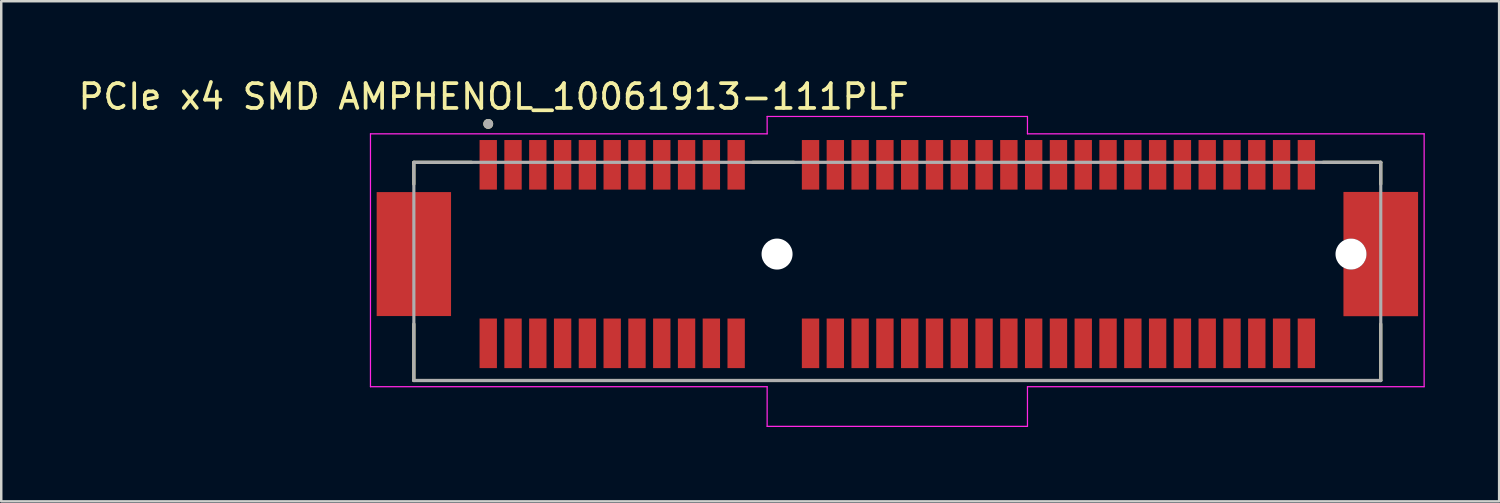
<source format=kicad_pcb>
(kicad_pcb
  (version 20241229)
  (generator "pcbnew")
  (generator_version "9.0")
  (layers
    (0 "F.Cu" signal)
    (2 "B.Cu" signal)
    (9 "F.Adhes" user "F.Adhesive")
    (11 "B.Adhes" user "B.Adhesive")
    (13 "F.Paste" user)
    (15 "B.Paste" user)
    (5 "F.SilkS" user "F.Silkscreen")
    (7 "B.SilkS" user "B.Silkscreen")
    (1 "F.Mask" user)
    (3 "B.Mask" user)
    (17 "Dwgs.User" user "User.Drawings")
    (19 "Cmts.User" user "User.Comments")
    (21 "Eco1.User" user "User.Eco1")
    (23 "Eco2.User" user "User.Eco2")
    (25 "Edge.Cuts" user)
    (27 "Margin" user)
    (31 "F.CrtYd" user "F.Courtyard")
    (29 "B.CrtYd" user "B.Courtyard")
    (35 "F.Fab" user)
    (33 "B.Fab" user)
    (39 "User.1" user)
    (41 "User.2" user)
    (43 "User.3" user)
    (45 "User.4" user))
  (footprint "PCIe x4 SMD AMPHENOL_10061913-111PLF"
    (layer "F.Cu")
    (at 28.293 7.198)
    (property "Reference" "PCIe x4 SMD AMPHENOL_10061913-111PLF" (at -11.43 -6.35 0) (layer "F.SilkS") (effects (font (size 1 1) (thickness 0.15))))
    (attr smd)
    (fp_poly (pts (xy 25.95 2.6) (xy 22.75 2.6) (xy 22.75 0.34) (xy 22.808 0.398) (xy 22.877 0.448) (xy 22.953 0.487) (xy 23.035 0.512) (xy 23.119 0.524) (xy 23.205 0.522) (xy 23.289 0.506) (xy 23.369 0.477) (xy 23.444 0.435) (xy 23.51 0.382) (xy 23.567 0.318) (xy 23.614 0.246) (xy 23.647 0.168) (xy 23.668 0.085) (xy 23.675 0) (xy 23.668 -0.085) (xy 23.647 -0.168) (xy 23.614 -0.246) (xy 23.567 -0.318) (xy 23.51 -0.382) (xy 23.444 -0.435) (xy 23.369 -0.477) (xy 23.289 -0.506) (xy 23.205 -0.522) (xy 23.119 -0.524) (xy 23.035 -0.512) (xy 22.953 -0.487) (xy 22.877 -0.448) (xy 22.808 -0.398) (xy 22.75 -0.34) (xy 22.75 -2.6) (xy 25.95 -2.6) (xy 25.95 2.6)) (stroke (width 0.01) (type solid)) (fill yes) (layer "F.Mask"))
    (fp_line (start -14.65 -3.7) (end -14.65 -2.82) (stroke (width 0.127) (type solid)) (layer "F.SilkS"))
    (fp_line (start -14.65 5.1) (end -14.65 2.82) (stroke (width 0.127) (type solid)) (layer "F.SilkS"))
    (fp_line (start -14.65 5.1) (end 24.35 5.1) (stroke (width 0.127) (type solid)) (layer "F.SilkS"))
    (fp_line (start -12.32 -3.7) (end -14.65 -3.7) (stroke (width 0.127) (type solid)) (layer "F.SilkS"))
    (fp_line (start 0.686 -3.7) (end -0.987 -3.7) (stroke (width 0.127) (type solid)) (layer "F.SilkS"))
    (fp_line (start 24.35 -3.7) (end 22.02 -3.7) (stroke (width 0.127) (type solid)) (layer "F.SilkS"))
    (fp_line (start 24.35 -2.82) (end 24.35 -3.7) (stroke (width 0.127) (type solid)) (layer "F.SilkS"))
    (fp_line (start 24.35 5.1) (end 24.35 2.82) (stroke (width 0.127) (type solid)) (layer "F.SilkS"))
    (fp_circle (center -11.65 -5.25) (end -11.55 -5.25) (stroke (width 0.2) (type solid)) (fill no) (layer "F.SilkS"))
    (fp_poly (pts (xy 25.85 2.5) (xy 22.85 2.5) (xy 22.85 0.548) (xy 22.925 0.583) (xy 23.008 0.609) (xy 23.093 0.622) (xy 23.18 0.624) (xy 23.266 0.614) (xy 23.349 0.592) (xy 23.429 0.559) (xy 23.504 0.515) (xy 23.571 0.462) (xy 23.631 0.399) (xy 23.682 0.329) (xy 23.722 0.252) (xy 23.751 0.171) (xy 23.769 0.086) (xy 23.775 0) (xy 23.769 -0.086) (xy 23.751 -0.171) (xy 23.722 -0.252) (xy 23.682 -0.329) (xy 23.631 -0.399) (xy 23.571 -0.462) (xy 23.504 -0.515) (xy 23.429 -0.559) (xy 23.349 -0.592) (xy 23.266 -0.614) (xy 23.18 -0.624) (xy 23.093 -0.622) (xy 23.008 -0.609) (xy 22.925 -0.583) (xy 22.85 -0.548) (xy 22.85 -2.5) (xy 25.85 -2.5) (xy 25.85 2.5)) (stroke (width 0.01) (type solid)) (fill yes) (layer "F.Paste"))
    (fp_line (start -16.4 -4.85) (end -16.4 5.35) (stroke (width 0.05) (type solid)) (layer "F.CrtYd"))
    (fp_line (start -16.4 5.35) (end -0.4 5.35) (stroke (width 0.05) (type solid)) (layer "F.CrtYd"))
    (fp_line (start -0.4 -5.55) (end 10.1 -5.55) (stroke (width 0.05) (type solid)) (layer "F.CrtYd"))
    (fp_line (start -0.4 -4.85) (end -16.4 -4.85) (stroke (width 0.05) (type solid)) (layer "F.CrtYd"))
    (fp_line (start -0.4 -4.85) (end -0.4 -5.55) (stroke (width 0.05) (type solid)) (layer "F.CrtYd"))
    (fp_line (start -0.4 5.35) (end -0.4 6.95) (stroke (width 0.05) (type solid)) (layer "F.CrtYd"))
    (fp_line (start -0.4 6.95) (end 10.1 6.95) (stroke (width 0.05) (type solid)) (layer "F.CrtYd"))
    (fp_line (start 10.1 -5.55) (end 10.1 -4.85) (stroke (width 0.05) (type solid)) (layer "F.CrtYd"))
    (fp_line (start 10.1 5.35) (end 26.1 5.35) (stroke (width 0.05) (type solid)) (layer "F.CrtYd"))
    (fp_line (start 10.1 6.95) (end 10.1 5.35) (stroke (width 0.05) (type solid)) (layer "F.CrtYd"))
    (fp_line (start 26.1 -4.85) (end 10.1 -4.85) (stroke (width 0.05) (type solid)) (layer "F.CrtYd"))
    (fp_line (start 26.1 5.35) (end 26.1 -4.85) (stroke (width 0.05) (type solid)) (layer "F.CrtYd"))
    (fp_line (start -14.65 -3.7) (end -14.65 5.1) (stroke (width 0.127) (type solid)) (layer "F.Fab"))
    (fp_line (start -14.65 5.1) (end 24.35 5.1) (stroke (width 0.127) (type solid)) (layer "F.Fab"))
    (fp_line (start 24.35 -3.7) (end -14.65 -3.7) (stroke (width 0.127) (type solid)) (layer "F.Fab"))
    (fp_line (start 24.35 5.1) (end 24.35 -3.7) (stroke (width 0.127) (type solid)) (layer "F.Fab"))
    (fp_circle (center -11.65 -5.25) (end -11.55 -5.25) (stroke (width 0.2) (type solid)) (fill no) (layer "F.Fab"))
    (pad "" np_thru_hole circle (at 0 0) (size 1.25 1.25) (drill 1.25) (layers "*.Cu" "*.Mask"))
    (pad "" np_thru_hole circle (at 23.15 0) (size 1.25 1.25) (drill 1.25) (layers "*.Cu" "*.Mask"))
    (pad "A1" smd rect (at -11.65 -3.6) (size 0.7 2) (layers "F.Cu" "F.Mask" "F.Paste"))
    (pad "A2" smd rect (at -10.65 -3.6) (size 0.7 2) (layers "F.Cu" "F.Mask" "F.Paste"))
    (pad "A3" smd rect (at -9.65 -3.6) (size 0.7 2) (layers "F.Cu" "F.Mask" "F.Paste"))
    (pad "A4" smd rect (at -8.65 -3.6) (size 0.7 2) (layers "F.Cu" "F.Mask" "F.Paste"))
    (pad "A5" smd rect (at -7.65 -3.6) (size 0.7 2) (layers "F.Cu" "F.Mask" "F.Paste"))
    (pad "A6" smd rect (at -6.65 -3.6) (size 0.7 2) (layers "F.Cu" "F.Mask" "F.Paste"))
    (pad "A7" smd rect (at -5.65 -3.6) (size 0.7 2) (layers "F.Cu" "F.Mask" "F.Paste"))
    (pad "A8" smd rect (at -4.65 -3.6) (size 0.7 2) (layers "F.Cu" "F.Mask" "F.Paste"))
    (pad "A9" smd rect (at -3.65 -3.6) (size 0.7 2) (layers "F.Cu" "F.Mask" "F.Paste"))
    (pad "A10" smd rect (at -2.65 -3.6) (size 0.7 2) (layers "F.Cu" "F.Mask" "F.Paste"))
    (pad "A11" smd rect (at -1.65 -3.6) (size 0.7 2) (layers "F.Cu" "F.Mask" "F.Paste"))
    (pad "A12" smd rect (at 1.35 -3.6) (size 0.7 2) (layers "F.Cu" "F.Mask" "F.Paste"))
    (pad "A13" smd rect (at 2.35 -3.6) (size 0.7 2) (layers "F.Cu" "F.Mask" "F.Paste"))
    (pad "A14" smd rect (at 3.35 -3.6) (size 0.7 2) (layers "F.Cu" "F.Mask" "F.Paste"))
    (pad "A15" smd rect (at 4.35 -3.6) (size 0.7 2) (layers "F.Cu" "F.Mask" "F.Paste"))
    (pad "A16" smd rect (at 5.35 -3.6) (size 0.7 2) (layers "F.Cu" "F.Mask" "F.Paste"))
    (pad "A17" smd rect (at 6.35 -3.6) (size 0.7 2) (layers "F.Cu" "F.Mask" "F.Paste"))
    (pad "A18" smd rect (at 7.35 -3.6) (size 0.7 2) (layers "F.Cu" "F.Mask" "F.Paste"))
    (pad "A19" smd rect (at 8.35 -3.6) (size 0.7 2) (layers "F.Cu" "F.Mask" "F.Paste"))
    (pad "A20" smd rect (at 9.35 -3.6) (size 0.7 2) (layers "F.Cu" "F.Mask" "F.Paste"))
    (pad "A21" smd rect (at 10.35 -3.6) (size 0.7 2) (layers "F.Cu" "F.Mask" "F.Paste"))
    (pad "A22" smd rect (at 11.35 -3.6) (size 0.7 2) (layers "F.Cu" "F.Mask" "F.Paste"))
    (pad "A23" smd rect (at 12.35 -3.6) (size 0.7 2) (layers "F.Cu" "F.Mask" "F.Paste"))
    (pad "A24" smd rect (at 13.35 -3.6) (size 0.7 2) (layers "F.Cu" "F.Mask" "F.Paste"))
    (pad "A25" smd rect (at 14.35 -3.6) (size 0.7 2) (layers "F.Cu" "F.Mask" "F.Paste"))
    (pad "A26" smd rect (at 15.35 -3.6) (size 0.7 2) (layers "F.Cu" "F.Mask" "F.Paste"))
    (pad "A27" smd rect (at 16.35 -3.6) (size 0.7 2) (layers "F.Cu" "F.Mask" "F.Paste"))
    (pad "A28" smd rect (at 17.35 -3.6) (size 0.7 2) (layers "F.Cu" "F.Mask" "F.Paste"))
    (pad "A29" smd rect (at 18.35 -3.6) (size 0.7 2) (layers "F.Cu" "F.Mask" "F.Paste"))
    (pad "A30" smd rect (at 19.35 -3.6) (size 0.7 2) (layers "F.Cu" "F.Mask" "F.Paste"))
    (pad "A31" smd rect (at 20.35 -3.6) (size 0.7 2) (layers "F.Cu" "F.Mask" "F.Paste"))
    (pad "A32" smd rect (at 21.35 -3.6) (size 0.7 2) (layers "F.Cu" "F.Mask" "F.Paste"))
    (pad "B1" smd rect (at -11.65 3.6) (size 0.7 2) (layers "F.Cu" "F.Mask" "F.Paste"))
    (pad "B2" smd rect (at -10.65 3.6) (size 0.7 2) (layers "F.Cu" "F.Mask" "F.Paste"))
    (pad "B3" smd rect (at -9.65 3.6) (size 0.7 2) (layers "F.Cu" "F.Mask" "F.Paste"))
    (pad "B4" smd rect (at -8.65 3.6) (size 0.7 2) (layers "F.Cu" "F.Mask" "F.Paste"))
    (pad "B5" smd rect (at -7.65 3.6) (size 0.7 2) (layers "F.Cu" "F.Mask" "F.Paste"))
    (pad "B6" smd rect (at -6.65 3.6) (size 0.7 2) (layers "F.Cu" "F.Mask" "F.Paste"))
    (pad "B7" smd rect (at -5.65 3.6) (size 0.7 2) (layers "F.Cu" "F.Mask" "F.Paste"))
    (pad "B8" smd rect (at -4.65 3.6) (size 0.7 2) (layers "F.Cu" "F.Mask" "F.Paste"))
    (pad "B9" smd rect (at -3.65 3.6) (size 0.7 2) (layers "F.Cu" "F.Mask" "F.Paste"))
    (pad "B10" smd rect (at -2.65 3.6) (size 0.7 2) (layers "F.Cu" "F.Mask" "F.Paste"))
    (pad "B11" smd rect (at -1.65 3.6) (size 0.7 2) (layers "F.Cu" "F.Mask" "F.Paste"))
    (pad "B12" smd rect (at 1.35 3.6) (size 0.7 2) (layers "F.Cu" "F.Mask" "F.Paste"))
    (pad "B13" smd rect (at 2.35 3.6) (size 0.7 2) (layers "F.Cu" "F.Mask" "F.Paste"))
    (pad "B14" smd rect (at 3.35 3.6) (size 0.7 2) (layers "F.Cu" "F.Mask" "F.Paste"))
    (pad "B15" smd rect (at 4.35 3.6) (size 0.7 2) (layers "F.Cu" "F.Mask" "F.Paste"))
    (pad "B16" smd rect (at 5.35 3.6) (size 0.7 2) (layers "F.Cu" "F.Mask" "F.Paste"))
    (pad "B17" smd rect (at 6.35 3.6) (size 0.7 2) (layers "F.Cu" "F.Mask" "F.Paste"))
    (pad "B18" smd rect (at 7.35 3.6) (size 0.7 2) (layers "F.Cu" "F.Mask" "F.Paste"))
    (pad "B19" smd rect (at 8.35 3.6) (size 0.7 2) (layers "F.Cu" "F.Mask" "F.Paste"))
    (pad "B20" smd rect (at 9.35 3.6) (size 0.7 2) (layers "F.Cu" "F.Mask" "F.Paste"))
    (pad "B21" smd rect (at 10.35 3.6) (size 0.7 2) (layers "F.Cu" "F.Mask" "F.Paste"))
    (pad "B22" smd rect (at 11.35 3.6) (size 0.7 2) (layers "F.Cu" "F.Mask" "F.Paste"))
    (pad "B23" smd rect (at 12.35 3.6) (size 0.7 2) (layers "F.Cu" "F.Mask" "F.Paste"))
    (pad "B24" smd rect (at 13.35 3.6) (size 0.7 2) (layers "F.Cu" "F.Mask" "F.Paste"))
    (pad "B25" smd rect (at 14.35 3.6) (size 0.7 2) (layers "F.Cu" "F.Mask" "F.Paste"))
    (pad "B26" smd rect (at 15.35 3.6) (size 0.7 2) (layers "F.Cu" "F.Mask" "F.Paste"))
    (pad "B27" smd rect (at 16.35 3.6) (size 0.7 2) (layers "F.Cu" "F.Mask" "F.Paste"))
    (pad "B28" smd rect (at 17.35 3.6) (size 0.7 2) (layers "F.Cu" "F.Mask" "F.Paste"))
    (pad "B29" smd rect (at 18.35 3.6) (size 0.7 2) (layers "F.Cu" "F.Mask" "F.Paste"))
    (pad "B30" smd rect (at 19.35 3.6) (size 0.7 2) (layers "F.Cu" "F.Mask" "F.Paste"))
    (pad "B31" smd rect (at 20.35 3.6) (size 0.7 2) (layers "F.Cu" "F.Mask" "F.Paste"))
    (pad "B32" smd rect (at 21.35 3.6) (size 0.7 2) (layers "F.Cu" "F.Mask" "F.Paste"))
    (pad "SH1" smd rect (at -14.65 0) (size 3 5) (layers "F.Cu" "F.Mask" "F.Paste"))
    (pad "SH2" smd custom (at 24.35 0) (size 0.5 0.5) (layers "F.Cu") (options (anchor rect)) (primitives (gr_poly (pts (xy 1.5 2.5) (xy -1.5 2.5) (xy -1.5 0.548) (xy -1.425 0.583) (xy -1.342 0.609) (xy -1.257 0.622) (xy -1.17 0.624) (xy -1.084 0.614) (xy -1.001 0.592) (xy -0.921 0.559) (xy -0.846 0.515) (xy -0.779 0.462) (xy -0.719 0.399) (xy -0.668 0.329) (xy -0.628 0.252) (xy -0.599 0.171) (xy -0.581 0.086) (xy -0.575 0) (xy -0.581 -0.086) (xy -0.599 -0.171) (xy -0.628 -0.252) (xy -0.668 -0.329) (xy -0.719 -0.399) (xy -0.779 -0.462) (xy -0.846 -0.515) (xy -0.921 -0.559) (xy -1.001 -0.592) (xy -1.084 -0.614) (xy -1.17 -0.624) (xy -1.257 -0.622) (xy -1.342 -0.609) (xy -1.425 -0.583) (xy -1.5 -0.548) (xy -1.5 -2.5) (xy 1.5 -2.5) (xy 1.5 2.5)) (width 0.01) (fill yes)))))
  (gr_rect
    (start -3 -3)
    (end 57.418 17.173)
    (stroke (width 0.1) (type default))
    (fill no)
    (layer "Edge.Cuts")))
</source>
